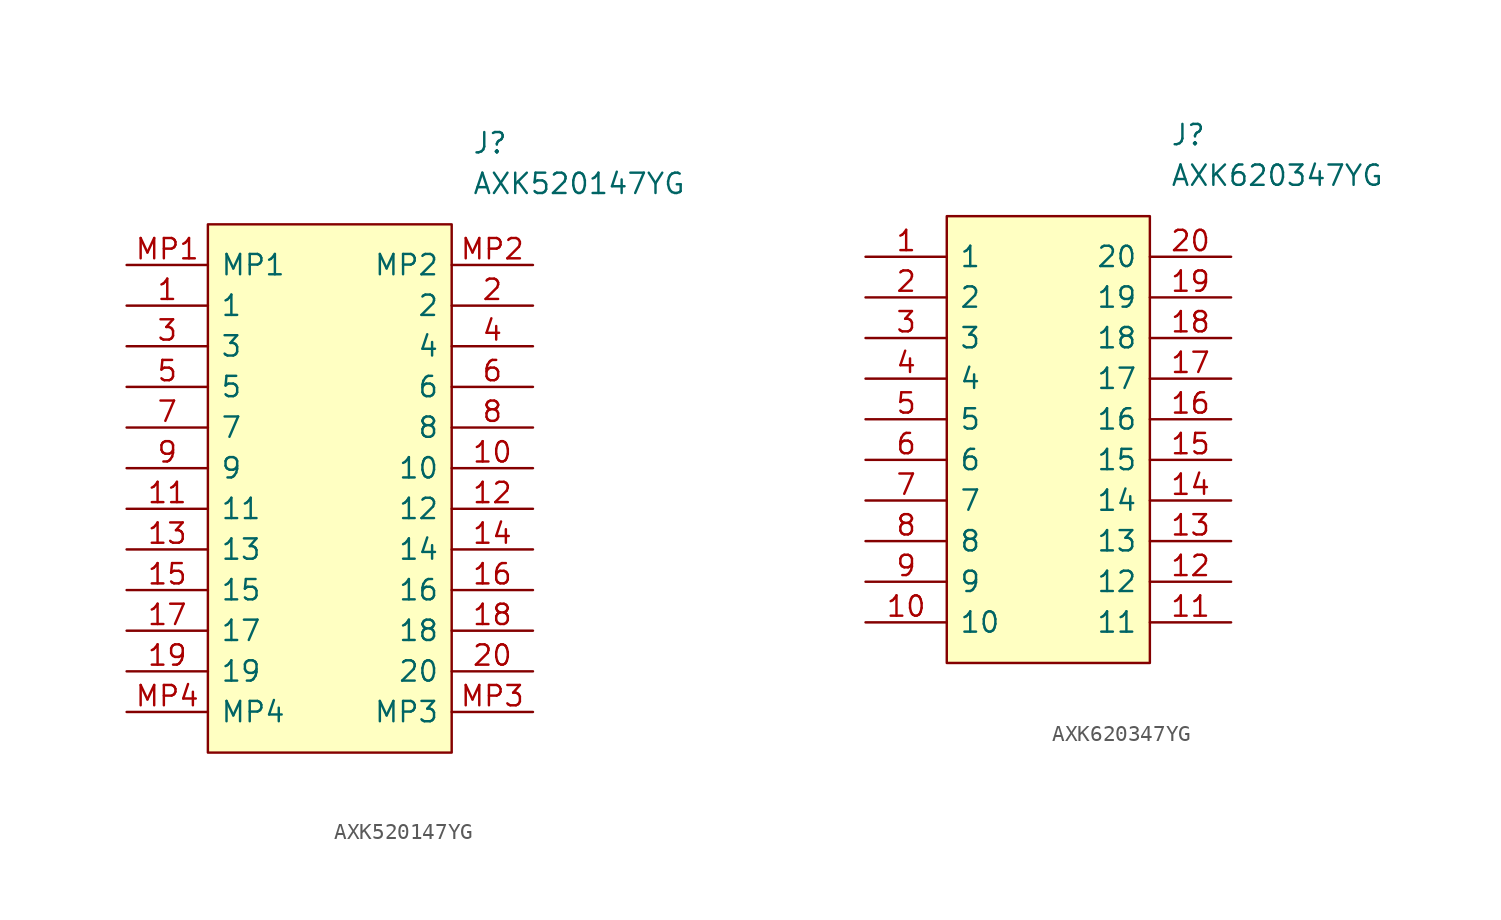
<source format=kicad_sym>
(kicad_symbol_lib
  (version 20231120)
  (generator "kicad_symbol_editor")
  (generator_version "8.0")
  (symbol "AXK520147YG"
    (pin_names
      (offset 0.762))
    (property "Reference" "J"
      (at 8.89 21.59 0)
      (effects (font (size 1.27 1.27)) (justify left)))
    (property "Value" "AXK520147YG"
      (at 8.89 19.05 0)
      (effects (font (size 1.27 1.27)) (justify left)))
    (symbol "AXK520147YG_0_0"
      (pin passive line (at -12.7 11.43 0) (length 5.08) (name "1" (effects (font (size 1.27 1.27)))) (number "1" (effects (font (size 1.27 1.27)))))
      (pin passive line (at 12.7 1.27 180) (length 5.08) (name "10" (effects (font (size 1.27 1.27)))) (number "10" (effects (font (size 1.27 1.27)))))
      (pin passive line (at -12.7 -1.27 0) (length 5.08) (name "11" (effects (font (size 1.27 1.27)))) (number "11" (effects (font (size 1.27 1.27)))))
      (pin passive line (at 12.7 -1.27 180) (length 5.08) (name "12" (effects (font (size 1.27 1.27)))) (number "12" (effects (font (size 1.27 1.27)))))
      (pin passive line (at -12.7 -3.81 0) (length 5.08) (name "13" (effects (font (size 1.27 1.27)))) (number "13" (effects (font (size 1.27 1.27)))))
      (pin passive line (at 12.7 -3.81 180) (length 5.08) (name "14" (effects (font (size 1.27 1.27)))) (number "14" (effects (font (size 1.27 1.27)))))
      (pin passive line (at -12.7 -6.35 0) (length 5.08) (name "15" (effects (font (size 1.27 1.27)))) (number "15" (effects (font (size 1.27 1.27)))))
      (pin passive line (at 12.7 -6.35 180) (length 5.08) (name "16" (effects (font (size 1.27 1.27)))) (number "16" (effects (font (size 1.27 1.27)))))
      (pin passive line (at -12.7 -8.89 0) (length 5.08) (name "17" (effects (font (size 1.27 1.27)))) (number "17" (effects (font (size 1.27 1.27)))))
      (pin passive line (at 12.7 -8.89 180) (length 5.08) (name "18" (effects (font (size 1.27 1.27)))) (number "18" (effects (font (size 1.27 1.27)))))
      (pin passive line (at -12.7 -11.43 0) (length 5.08) (name "19" (effects (font (size 1.27 1.27)))) (number "19" (effects (font (size 1.27 1.27)))))
      (pin passive line (at 12.7 11.43 180) (length 5.08) (name "2" (effects (font (size 1.27 1.27)))) (number "2" (effects (font (size 1.27 1.27)))))
      (pin passive line (at 12.7 -11.43 180) (length 5.08) (name "20" (effects (font (size 1.27 1.27)))) (number "20" (effects (font (size 1.27 1.27)))))
      (pin passive line (at -12.7 8.89 0) (length 5.08) (name "3" (effects (font (size 1.27 1.27)))) (number "3" (effects (font (size 1.27 1.27)))))
      (pin passive line (at 12.7 8.89 180) (length 5.08) (name "4" (effects (font (size 1.27 1.27)))) (number "4" (effects (font (size 1.27 1.27)))))
      (pin passive line (at -12.7 6.35 0) (length 5.08) (name "5" (effects (font (size 1.27 1.27)))) (number "5" (effects (font (size 1.27 1.27)))))
      (pin passive line (at 12.7 6.35 180) (length 5.08) (name "6" (effects (font (size 1.27 1.27)))) (number "6" (effects (font (size 1.27 1.27)))))
      (pin passive line (at -12.7 3.81 0) (length 5.08) (name "7" (effects (font (size 1.27 1.27)))) (number "7" (effects (font (size 1.27 1.27)))))
      (pin passive line (at 12.7 3.81 180) (length 5.08) (name "8" (effects (font (size 1.27 1.27)))) (number "8" (effects (font (size 1.27 1.27)))))
      (pin passive line (at -12.7 1.27 0) (length 5.08) (name "9" (effects (font (size 1.27 1.27)))) (number "9" (effects (font (size 1.27 1.27)))))
      (pin passive line (at -12.7 13.97 0) (length 5.08) (name "MP1" (effects (font (size 1.27 1.27)))) (number "MP1" (effects (font (size 1.27 1.27)))))
      (pin passive line (at 12.7 13.97 180) (length 5.08) (name "MP2" (effects (font (size 1.27 1.27)))) (number "MP2" (effects (font (size 1.27 1.27)))))
      (pin passive line (at 12.7 -13.97 180) (length 5.08) (name "MP3" (effects (font (size 1.27 1.27)))) (number "MP3" (effects (font (size 1.27 1.27)))))
      (pin passive line (at -12.7 -13.97 0) (length 5.08) (name "MP4" (effects (font (size 1.27 1.27)))) (number "MP4" (effects (font (size 1.27 1.27))))))
    (symbol "AXK520147YG_1_1"
      (polyline (pts (xy -7.62 16.51) (xy 7.62 16.51) (xy 7.62 -16.51) (xy -7.62 -16.51) (xy -7.62 16.51)) (stroke (width 0.152) (type solid)) (fill (type background)))))
  (symbol "AXK620347YG"
    (pin_names
      (offset 0.762))
    (property "Reference" "J"
      (at 7.62 19.05 0)
      (effects (font (size 1.27 1.27)) (justify left)))
    (property "Value" "AXK620347YG"
      (at 7.62 16.51 0)
      (effects (font (size 1.27 1.27)) (justify left)))
    (symbol "AXK620347YG_0_0"
      (pin passive line (at -11.43 11.43 0) (length 5.08) (name "1" (effects (font (size 1.27 1.27)))) (number "1" (effects (font (size 1.27 1.27)))))
      (pin passive line (at -11.43 -11.43 0) (length 5.08) (name "10" (effects (font (size 1.27 1.27)))) (number "10" (effects (font (size 1.27 1.27)))))
      (pin passive line (at 11.43 -11.43 180) (length 5.08) (name "11" (effects (font (size 1.27 1.27)))) (number "11" (effects (font (size 1.27 1.27)))))
      (pin passive line (at 11.43 -8.89 180) (length 5.08) (name "12" (effects (font (size 1.27 1.27)))) (number "12" (effects (font (size 1.27 1.27)))))
      (pin passive line (at 11.43 -6.35 180) (length 5.08) (name "13" (effects (font (size 1.27 1.27)))) (number "13" (effects (font (size 1.27 1.27)))))
      (pin passive line (at 11.43 -3.81 180) (length 5.08) (name "14" (effects (font (size 1.27 1.27)))) (number "14" (effects (font (size 1.27 1.27)))))
      (pin passive line (at 11.43 -1.27 180) (length 5.08) (name "15" (effects (font (size 1.27 1.27)))) (number "15" (effects (font (size 1.27 1.27)))))
      (pin passive line (at 11.43 1.27 180) (length 5.08) (name "16" (effects (font (size 1.27 1.27)))) (number "16" (effects (font (size 1.27 1.27)))))
      (pin passive line (at 11.43 3.81 180) (length 5.08) (name "17" (effects (font (size 1.27 1.27)))) (number "17" (effects (font (size 1.27 1.27)))))
      (pin passive line (at 11.43 6.35 180) (length 5.08) (name "18" (effects (font (size 1.27 1.27)))) (number "18" (effects (font (size 1.27 1.27)))))
      (pin passive line (at 11.43 8.89 180) (length 5.08) (name "19" (effects (font (size 1.27 1.27)))) (number "19" (effects (font (size 1.27 1.27)))))
      (pin passive line (at -11.43 8.89 0) (length 5.08) (name "2" (effects (font (size 1.27 1.27)))) (number "2" (effects (font (size 1.27 1.27)))))
      (pin passive line (at 11.43 11.43 180) (length 5.08) (name "20" (effects (font (size 1.27 1.27)))) (number "20" (effects (font (size 1.27 1.27)))))
      (pin passive line (at -11.43 6.35 0) (length 5.08) (name "3" (effects (font (size 1.27 1.27)))) (number "3" (effects (font (size 1.27 1.27)))))
      (pin passive line (at -11.43 3.81 0) (length 5.08) (name "4" (effects (font (size 1.27 1.27)))) (number "4" (effects (font (size 1.27 1.27)))))
      (pin passive line (at -11.43 1.27 0) (length 5.08) (name "5" (effects (font (size 1.27 1.27)))) (number "5" (effects (font (size 1.27 1.27)))))
      (pin passive line (at -11.43 -1.27 0) (length 5.08) (name "6" (effects (font (size 1.27 1.27)))) (number "6" (effects (font (size 1.27 1.27)))))
      (pin passive line (at -11.43 -3.81 0) (length 5.08) (name "7" (effects (font (size 1.27 1.27)))) (number "7" (effects (font (size 1.27 1.27)))))
      (pin passive line (at -11.43 -6.35 0) (length 5.08) (name "8" (effects (font (size 1.27 1.27)))) (number "8" (effects (font (size 1.27 1.27)))))
      (pin passive line (at -11.43 -8.89 0) (length 5.08) (name "9" (effects (font (size 1.27 1.27)))) (number "9" (effects (font (size 1.27 1.27))))))
    (symbol "AXK620347YG_1_1"
      (polyline (pts (xy -6.35 13.97) (xy 6.35 13.97) (xy 6.35 -13.97) (xy -6.35 -13.97) (xy -6.35 13.97)) (stroke (width 0.152) (type solid)) (fill (type background))))))
</source>
